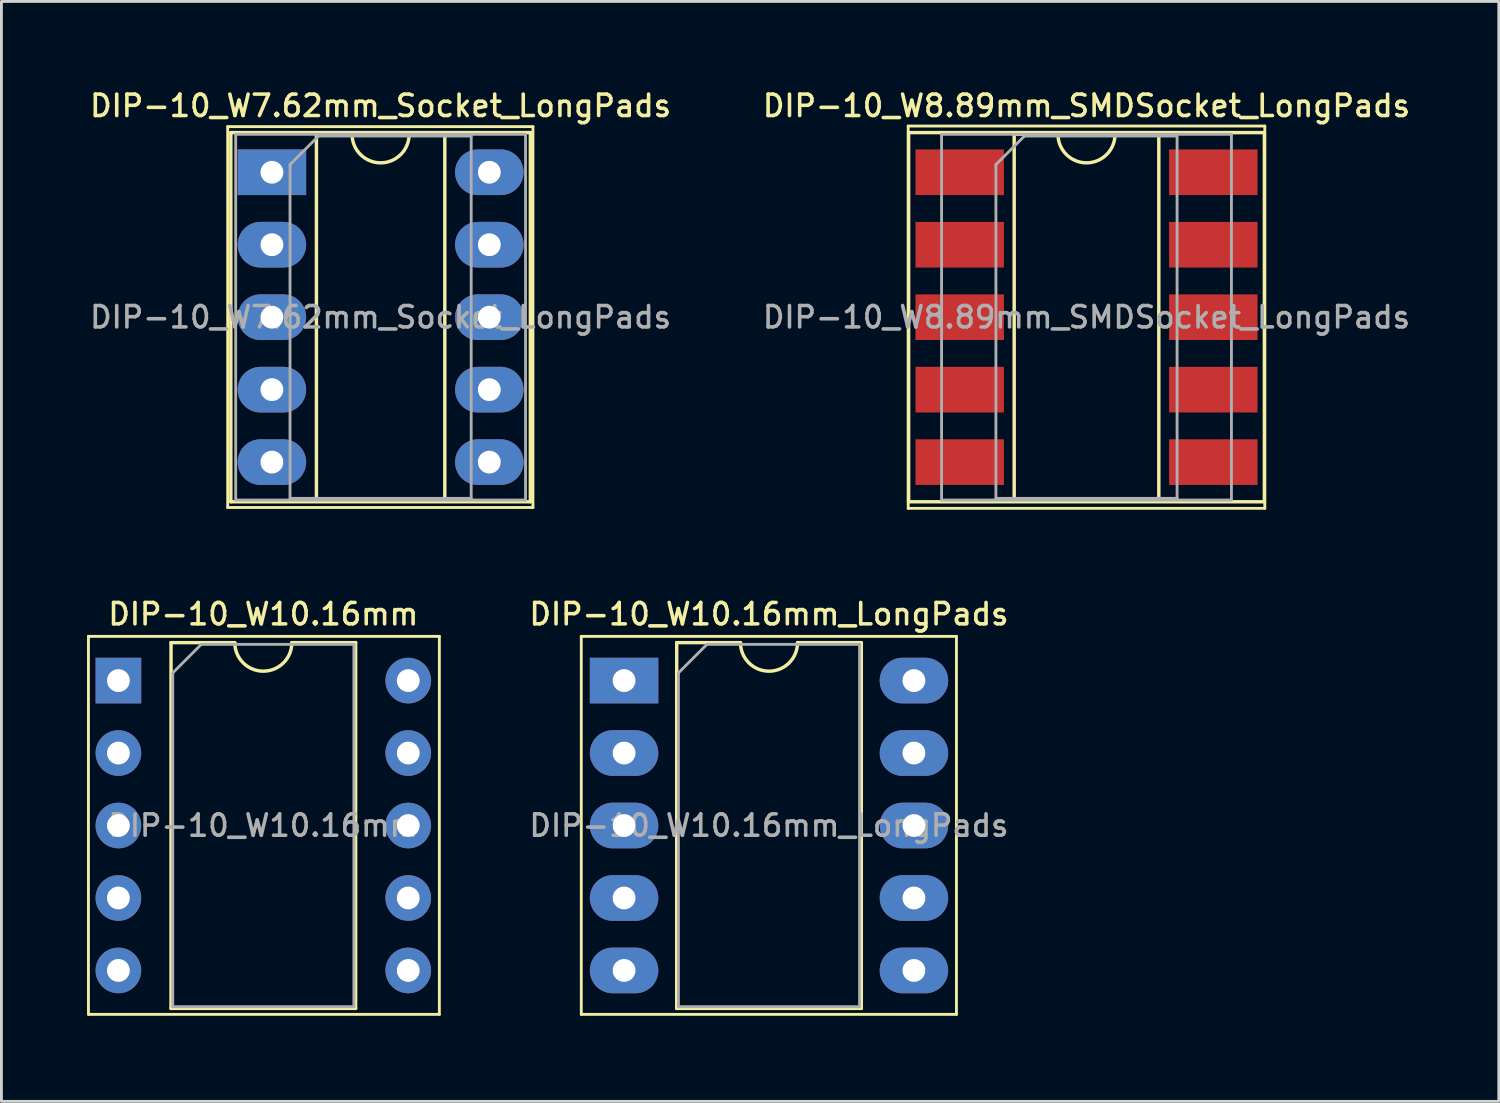
<source format=kicad_pcb>
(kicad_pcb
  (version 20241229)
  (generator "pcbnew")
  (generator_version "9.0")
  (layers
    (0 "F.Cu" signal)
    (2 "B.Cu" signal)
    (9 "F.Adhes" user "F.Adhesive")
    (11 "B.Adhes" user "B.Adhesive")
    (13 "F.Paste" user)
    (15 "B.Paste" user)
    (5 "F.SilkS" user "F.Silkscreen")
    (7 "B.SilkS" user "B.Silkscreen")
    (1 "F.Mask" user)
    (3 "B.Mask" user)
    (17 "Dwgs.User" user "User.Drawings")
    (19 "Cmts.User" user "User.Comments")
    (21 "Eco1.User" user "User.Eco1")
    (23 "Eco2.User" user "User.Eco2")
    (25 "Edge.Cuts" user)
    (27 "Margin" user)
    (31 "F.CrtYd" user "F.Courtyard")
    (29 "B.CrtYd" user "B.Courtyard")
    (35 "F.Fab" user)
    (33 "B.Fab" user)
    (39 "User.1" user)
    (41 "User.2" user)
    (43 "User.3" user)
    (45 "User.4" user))
  (footprint "DIP-10_W10.16mm"
    (layer "F.Cu")
    (at 1.1 20.806)
    (property "Reference" "DIP-10_W10.16mm" (at 5.08 -2.33 0) (layer "F.SilkS") (effects (font (size 0.75 0.75) (thickness 0.125))))
    (attr through_hole)
    (fp_line (start -1.05 -1.55) (end -1.05 11.7) (stroke (width 0.1) (type solid)) (layer "F.SilkS"))
    (fp_line (start -1.05 11.7) (end 11.25 11.7) (stroke (width 0.1) (type solid)) (layer "F.SilkS"))
    (fp_line (start 1.845 -1.33) (end 1.845 11.49) (stroke (width 0.12) (type solid)) (layer "F.SilkS"))
    (fp_line (start 1.845 11.49) (end 8.315 11.49) (stroke (width 0.12) (type solid)) (layer "F.SilkS"))
    (fp_line (start 4.08 -1.33) (end 1.845 -1.33) (stroke (width 0.12) (type solid)) (layer "F.SilkS"))
    (fp_line (start 8.315 -1.33) (end 6.08 -1.33) (stroke (width 0.12) (type solid)) (layer "F.SilkS"))
    (fp_line (start 8.315 11.49) (end 8.315 -1.33) (stroke (width 0.12) (type solid)) (layer "F.SilkS"))
    (fp_line (start 11.25 -1.55) (end -1.05 -1.55) (stroke (width 0.1) (type solid)) (layer "F.SilkS"))
    (fp_line (start 11.25 11.7) (end 11.25 -1.55) (stroke (width 0.1) (type solid)) (layer "F.SilkS"))
    (fp_arc (start 6.08 -1.33) (mid 5.08 -0.33) (end 4.08 -1.33) (stroke (width 0.12) (type solid)) (layer "F.SilkS"))
    (fp_line (start 1.905 -0.27) (end 2.905 -1.27) (stroke (width 0.1) (type solid)) (layer "F.Fab"))
    (fp_line (start 1.905 11.43) (end 1.905 -0.27) (stroke (width 0.1) (type solid)) (layer "F.Fab"))
    (fp_line (start 2.905 -1.27) (end 8.255 -1.27) (stroke (width 0.1) (type solid)) (layer "F.Fab"))
    (fp_line (start 8.255 -1.27) (end 8.255 11.43) (stroke (width 0.1) (type solid)) (layer "F.Fab"))
    (fp_line (start 8.255 11.43) (end 1.905 11.43) (stroke (width 0.1) (type solid)) (layer "F.Fab"))
    (fp_text user "${REFERENCE}" (at 5.08 5.08 0) (layer "F.Fab") (effects (font (size 0.75 0.75) (thickness 0.125))))
    (pad "1" thru_hole rect (at 0 0) (size 1.6 1.6) (drill 0.8) (layers "*.Cu" "*.Mask"))
    (pad "2" thru_hole oval (at 0 2.54) (size 1.6 1.6) (drill 0.8) (layers "*.Cu" "*.Mask"))
    (pad "3" thru_hole oval (at 0 5.08) (size 1.6 1.6) (drill 0.8) (layers "*.Cu" "*.Mask"))
    (pad "4" thru_hole oval (at 0 7.62) (size 1.6 1.6) (drill 0.8) (layers "*.Cu" "*.Mask"))
    (pad "5" thru_hole oval (at 0 10.16) (size 1.6 1.6) (drill 0.8) (layers "*.Cu" "*.Mask"))
    (pad "6" thru_hole oval (at 10.16 10.16) (size 1.6 1.6) (drill 0.8) (layers "*.Cu" "*.Mask"))
    (pad "7" thru_hole oval (at 10.16 7.62) (size 1.6 1.6) (drill 0.8) (layers "*.Cu" "*.Mask"))
    (pad "8" thru_hole oval (at 10.16 5.08) (size 1.6 1.6) (drill 0.8) (layers "*.Cu" "*.Mask"))
    (pad "9" thru_hole oval (at 10.16 2.54) (size 1.6 1.6) (drill 0.8) (layers "*.Cu" "*.Mask"))
    (pad "10" thru_hole oval (at 10.16 0) (size 1.6 1.6) (drill 0.8) (layers "*.Cu" "*.Mask")))
  (footprint "DIP-10_W8.89mm_SMDSocket_LongPads"
    (layer "F.Cu")
    (at 35.034 8.068)
    (property "Reference" "DIP-10_W8.89mm_SMDSocket_LongPads" (at 0 -7.41 0) (layer "F.SilkS") (effects (font (size 0.75 0.75) (thickness 0.125))))
    (attr smd)
    (fp_line (start -6.25 -6.7) (end -6.25 6.7) (stroke (width 0.1) (type solid)) (layer "F.SilkS"))
    (fp_line (start -6.25 6.7) (end 6.25 6.7) (stroke (width 0.1) (type solid)) (layer "F.SilkS"))
    (fp_line (start -6.235 -6.47) (end -6.235 6.47) (stroke (width 0.12) (type solid)) (layer "F.SilkS"))
    (fp_line (start -6.235 6.47) (end 6.235 6.47) (stroke (width 0.12) (type solid)) (layer "F.SilkS"))
    (fp_line (start -2.535 -6.41) (end -2.535 6.41) (stroke (width 0.12) (type solid)) (layer "F.SilkS"))
    (fp_line (start -2.535 6.41) (end 2.535 6.41) (stroke (width 0.12) (type solid)) (layer "F.SilkS"))
    (fp_line (start -1 -6.41) (end -2.535 -6.41) (stroke (width 0.12) (type solid)) (layer "F.SilkS"))
    (fp_line (start 2.535 -6.41) (end 1 -6.41) (stroke (width 0.12) (type solid)) (layer "F.SilkS"))
    (fp_line (start 2.535 6.41) (end 2.535 -6.41) (stroke (width 0.12) (type solid)) (layer "F.SilkS"))
    (fp_line (start 6.235 -6.47) (end -6.235 -6.47) (stroke (width 0.12) (type solid)) (layer "F.SilkS"))
    (fp_line (start 6.235 6.47) (end 6.235 -6.47) (stroke (width 0.12) (type solid)) (layer "F.SilkS"))
    (fp_line (start 6.25 -6.7) (end -6.25 -6.7) (stroke (width 0.1) (type solid)) (layer "F.SilkS"))
    (fp_line (start 6.25 6.7) (end 6.25 -6.7) (stroke (width 0.1) (type solid)) (layer "F.SilkS"))
    (fp_arc (start 1 -6.41) (mid 0 -5.41) (end -1 -6.41) (stroke (width 0.12) (type solid)) (layer "F.SilkS"))
    (fp_line (start -5.08 -6.41) (end -5.08 6.41) (stroke (width 0.1) (type solid)) (layer "F.Fab"))
    (fp_line (start -5.08 6.41) (end 5.08 6.41) (stroke (width 0.1) (type solid)) (layer "F.Fab"))
    (fp_line (start -3.175 -5.35) (end -2.175 -6.35) (stroke (width 0.1) (type solid)) (layer "F.Fab"))
    (fp_line (start -3.175 6.35) (end -3.175 -5.35) (stroke (width 0.1) (type solid)) (layer "F.Fab"))
    (fp_line (start -2.175 -6.35) (end 3.175 -6.35) (stroke (width 0.1) (type solid)) (layer "F.Fab"))
    (fp_line (start 3.175 -6.35) (end 3.175 6.35) (stroke (width 0.1) (type solid)) (layer "F.Fab"))
    (fp_line (start 3.175 6.35) (end -3.175 6.35) (stroke (width 0.1) (type solid)) (layer "F.Fab"))
    (fp_line (start 5.08 -6.41) (end -5.08 -6.41) (stroke (width 0.1) (type solid)) (layer "F.Fab"))
    (fp_line (start 5.08 6.41) (end 5.08 -6.41) (stroke (width 0.1) (type solid)) (layer "F.Fab"))
    (fp_text user "${REFERENCE}" (at 0 0 0) (layer "F.Fab") (effects (font (size 0.75 0.75) (thickness 0.125))))
    (pad "1" smd rect (at -4.445 -5.08) (size 3.1 1.6) (layers "F.Cu" "F.Mask" "F.Paste"))
    (pad "2" smd rect (at -4.445 -2.54) (size 3.1 1.6) (layers "F.Cu" "F.Mask" "F.Paste"))
    (pad "3" smd rect (at -4.445 0) (size 3.1 1.6) (layers "F.Cu" "F.Mask" "F.Paste"))
    (pad "4" smd rect (at -4.445 2.54) (size 3.1 1.6) (layers "F.Cu" "F.Mask" "F.Paste"))
    (pad "5" smd rect (at -4.445 5.08) (size 3.1 1.6) (layers "F.Cu" "F.Mask" "F.Paste"))
    (pad "6" smd rect (at 4.445 5.08) (size 3.1 1.6) (layers "F.Cu" "F.Mask" "F.Paste"))
    (pad "7" smd rect (at 4.445 2.54) (size 3.1 1.6) (layers "F.Cu" "F.Mask" "F.Paste"))
    (pad "8" smd rect (at 4.445 0) (size 3.1 1.6) (layers "F.Cu" "F.Mask" "F.Paste"))
    (pad "9" smd rect (at 4.445 -2.54) (size 3.1 1.6) (layers "F.Cu" "F.Mask" "F.Paste"))
    (pad "10" smd rect (at 4.445 -5.08) (size 3.1 1.6) (layers "F.Cu" "F.Mask" "F.Paste")))
  (footprint "DIP-10_W10.16mm_LongPads"
    (layer "F.Cu")
    (at 18.825 20.806)
    (property "Reference" "DIP-10_W10.16mm_LongPads" (at 5.08 -2.33 0) (layer "F.SilkS") (effects (font (size 0.75 0.75) (thickness 0.125))))
    (attr through_hole)
    (fp_line (start -1.5 -1.55) (end -1.5 11.7) (stroke (width 0.1) (type solid)) (layer "F.SilkS"))
    (fp_line (start -1.5 11.7) (end 11.65 11.7) (stroke (width 0.1) (type solid)) (layer "F.SilkS"))
    (fp_line (start 1.845 -1.33) (end 1.845 11.49) (stroke (width 0.12) (type solid)) (layer "F.SilkS"))
    (fp_line (start 1.845 11.49) (end 8.315 11.49) (stroke (width 0.12) (type solid)) (layer "F.SilkS"))
    (fp_line (start 4.08 -1.33) (end 1.845 -1.33) (stroke (width 0.12) (type solid)) (layer "F.SilkS"))
    (fp_line (start 8.315 -1.33) (end 6.08 -1.33) (stroke (width 0.12) (type solid)) (layer "F.SilkS"))
    (fp_line (start 8.315 11.49) (end 8.315 -1.33) (stroke (width 0.12) (type solid)) (layer "F.SilkS"))
    (fp_line (start 11.65 -1.55) (end -1.5 -1.55) (stroke (width 0.1) (type solid)) (layer "F.SilkS"))
    (fp_line (start 11.65 11.7) (end 11.65 -1.55) (stroke (width 0.1) (type solid)) (layer "F.SilkS"))
    (fp_arc (start 6.08 -1.33) (mid 5.08 -0.33) (end 4.08 -1.33) (stroke (width 0.12) (type solid)) (layer "F.SilkS"))
    (fp_line (start 1.905 -0.27) (end 2.905 -1.27) (stroke (width 0.1) (type solid)) (layer "F.Fab"))
    (fp_line (start 1.905 11.43) (end 1.905 -0.27) (stroke (width 0.1) (type solid)) (layer "F.Fab"))
    (fp_line (start 2.905 -1.27) (end 8.255 -1.27) (stroke (width 0.1) (type solid)) (layer "F.Fab"))
    (fp_line (start 8.255 -1.27) (end 8.255 11.43) (stroke (width 0.1) (type solid)) (layer "F.Fab"))
    (fp_line (start 8.255 11.43) (end 1.905 11.43) (stroke (width 0.1) (type solid)) (layer "F.Fab"))
    (fp_text user "${REFERENCE}" (at 5.08 5.08 0) (layer "F.Fab") (effects (font (size 0.75 0.75) (thickness 0.125))))
    (pad "1" thru_hole rect (at 0 0) (size 2.4 1.6) (drill 0.8) (layers "*.Cu" "*.Mask"))
    (pad "2" thru_hole oval (at 0 2.54) (size 2.4 1.6) (drill 0.8) (layers "*.Cu" "*.Mask"))
    (pad "3" thru_hole oval (at 0 5.08) (size 2.4 1.6) (drill 0.8) (layers "*.Cu" "*.Mask"))
    (pad "4" thru_hole oval (at 0 7.62) (size 2.4 1.6) (drill 0.8) (layers "*.Cu" "*.Mask"))
    (pad "5" thru_hole oval (at 0 10.16) (size 2.4 1.6) (drill 0.8) (layers "*.Cu" "*.Mask"))
    (pad "6" thru_hole oval (at 10.16 10.16) (size 2.4 1.6) (drill 0.8) (layers "*.Cu" "*.Mask"))
    (pad "7" thru_hole oval (at 10.16 7.62) (size 2.4 1.6) (drill 0.8) (layers "*.Cu" "*.Mask"))
    (pad "8" thru_hole oval (at 10.16 5.08) (size 2.4 1.6) (drill 0.8) (layers "*.Cu" "*.Mask"))
    (pad "9" thru_hole oval (at 10.16 2.54) (size 2.4 1.6) (drill 0.8) (layers "*.Cu" "*.Mask"))
    (pad "10" thru_hole oval (at 10.16 0) (size 2.4 1.6) (drill 0.8) (layers "*.Cu" "*.Mask")))
  (footprint "DIP-10_W7.62mm_Socket_LongPads"
    (layer "F.Cu")
    (at 6.481 2.988)
    (property "Reference" "DIP-10_W7.62mm_Socket_LongPads" (at 3.81 -2.33 0) (layer "F.SilkS") (effects (font (size 0.75 0.75) (thickness 0.125))))
    (attr through_hole)
    (fp_line (start -1.55 -1.6) (end -1.55 11.75) (stroke (width 0.1) (type solid)) (layer "F.SilkS"))
    (fp_line (start -1.55 11.75) (end 9.15 11.75) (stroke (width 0.1) (type solid)) (layer "F.SilkS"))
    (fp_line (start -1.44 -1.39) (end -1.44 11.55) (stroke (width 0.12) (type solid)) (layer "F.SilkS"))
    (fp_line (start -1.44 11.55) (end 9.06 11.55) (stroke (width 0.12) (type solid)) (layer "F.SilkS"))
    (fp_line (start 1.56 -1.33) (end 1.56 11.49) (stroke (width 0.12) (type solid)) (layer "F.SilkS"))
    (fp_line (start 1.56 11.49) (end 6.06 11.49) (stroke (width 0.12) (type solid)) (layer "F.SilkS"))
    (fp_line (start 2.81 -1.33) (end 1.56 -1.33) (stroke (width 0.12) (type solid)) (layer "F.SilkS"))
    (fp_line (start 6.06 -1.33) (end 4.81 -1.33) (stroke (width 0.12) (type solid)) (layer "F.SilkS"))
    (fp_line (start 6.06 11.49) (end 6.06 -1.33) (stroke (width 0.12) (type solid)) (layer "F.SilkS"))
    (fp_line (start 9.06 -1.39) (end -1.44 -1.39) (stroke (width 0.12) (type solid)) (layer "F.SilkS"))
    (fp_line (start 9.06 11.55) (end 9.06 -1.39) (stroke (width 0.12) (type solid)) (layer "F.SilkS"))
    (fp_line (start 9.15 -1.6) (end -1.55 -1.6) (stroke (width 0.1) (type solid)) (layer "F.SilkS"))
    (fp_line (start 9.15 11.75) (end 9.15 -1.6) (stroke (width 0.1) (type solid)) (layer "F.SilkS"))
    (fp_arc (start 4.81 -1.33) (mid 3.81 -0.33) (end 2.81 -1.33) (stroke (width 0.12) (type solid)) (layer "F.SilkS"))
    (fp_line (start -1.27 -1.33) (end -1.27 11.49) (stroke (width 0.1) (type solid)) (layer "F.Fab"))
    (fp_line (start -1.27 11.49) (end 8.89 11.49) (stroke (width 0.1) (type solid)) (layer "F.Fab"))
    (fp_line (start 0.635 -0.27) (end 1.635 -1.27) (stroke (width 0.1) (type solid)) (layer "F.Fab"))
    (fp_line (start 0.635 11.43) (end 0.635 -0.27) (stroke (width 0.1) (type solid)) (layer "F.Fab"))
    (fp_line (start 1.635 -1.27) (end 6.985 -1.27) (stroke (width 0.1) (type solid)) (layer "F.Fab"))
    (fp_line (start 6.985 -1.27) (end 6.985 11.43) (stroke (width 0.1) (type solid)) (layer "F.Fab"))
    (fp_line (start 6.985 11.43) (end 0.635 11.43) (stroke (width 0.1) (type solid)) (layer "F.Fab"))
    (fp_line (start 8.89 -1.33) (end -1.27 -1.33) (stroke (width 0.1) (type solid)) (layer "F.Fab"))
    (fp_line (start 8.89 11.49) (end 8.89 -1.33) (stroke (width 0.1) (type solid)) (layer "F.Fab"))
    (fp_text user "${REFERENCE}" (at 3.81 5.08 0) (layer "F.Fab") (effects (font (size 0.75 0.75) (thickness 0.125))))
    (pad "1" thru_hole rect (at 0 0) (size 2.4 1.6) (drill 0.8) (layers "*.Cu" "*.Mask"))
    (pad "2" thru_hole oval (at 0 2.54) (size 2.4 1.6) (drill 0.8) (layers "*.Cu" "*.Mask"))
    (pad "3" thru_hole oval (at 0 5.08) (size 2.4 1.6) (drill 0.8) (layers "*.Cu" "*.Mask"))
    (pad "4" thru_hole oval (at 0 7.62) (size 2.4 1.6) (drill 0.8) (layers "*.Cu" "*.Mask"))
    (pad "5" thru_hole oval (at 0 10.16) (size 2.4 1.6) (drill 0.8) (layers "*.Cu" "*.Mask"))
    (pad "6" thru_hole oval (at 7.62 10.16) (size 2.4 1.6) (drill 0.8) (layers "*.Cu" "*.Mask"))
    (pad "7" thru_hole oval (at 7.62 7.62) (size 2.4 1.6) (drill 0.8) (layers "*.Cu" "*.Mask"))
    (pad "8" thru_hole oval (at 7.62 5.08) (size 2.4 1.6) (drill 0.8) (layers "*.Cu" "*.Mask"))
    (pad "9" thru_hole oval (at 7.62 2.54) (size 2.4 1.6) (drill 0.8) (layers "*.Cu" "*.Mask"))
    (pad "10" thru_hole oval (at 7.62 0) (size 2.4 1.6) (drill 0.8) (layers "*.Cu" "*.Mask")))
  (gr_rect
    (start -3 -3)
    (end 49.486 35.556)
    (stroke (width 0.1) (type default))
    (fill no)
    (layer "Edge.Cuts")))
</source>
